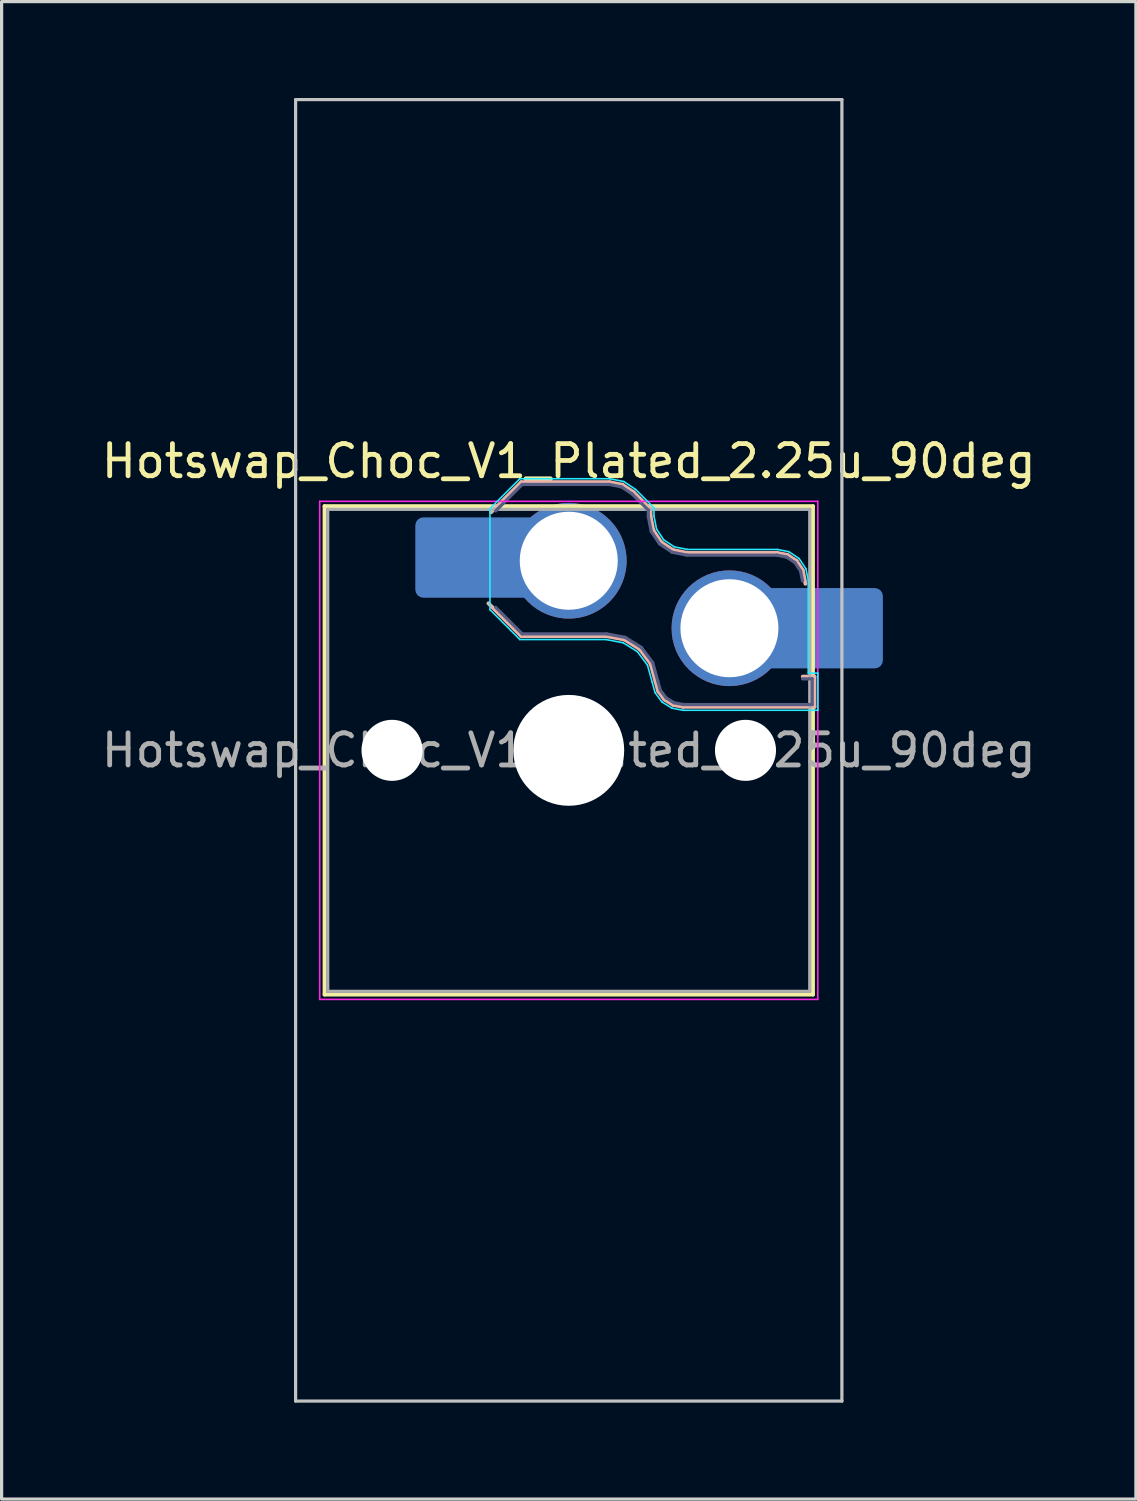
<source format=kicad_pcb>
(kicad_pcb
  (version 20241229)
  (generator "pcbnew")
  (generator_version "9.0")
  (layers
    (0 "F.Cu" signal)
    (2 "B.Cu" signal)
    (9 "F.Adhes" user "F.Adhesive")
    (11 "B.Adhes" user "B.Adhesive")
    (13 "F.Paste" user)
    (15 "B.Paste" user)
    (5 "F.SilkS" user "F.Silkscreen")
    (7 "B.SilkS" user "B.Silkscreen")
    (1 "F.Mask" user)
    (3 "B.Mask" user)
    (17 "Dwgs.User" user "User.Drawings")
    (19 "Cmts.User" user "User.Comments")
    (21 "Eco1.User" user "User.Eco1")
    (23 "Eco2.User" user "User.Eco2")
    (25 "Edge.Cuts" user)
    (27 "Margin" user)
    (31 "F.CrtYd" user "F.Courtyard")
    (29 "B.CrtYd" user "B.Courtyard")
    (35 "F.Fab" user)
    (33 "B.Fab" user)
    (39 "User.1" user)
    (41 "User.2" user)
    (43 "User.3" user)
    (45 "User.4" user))
  (footprint "Hotswap_Choc_V1_Plated_2.25u_90deg"
    (layer "F.Cu")
    (at 14.649 20.3)
    (property "Reference" "Hotswap_Choc_V1_Plated_2.25u_90deg" (at 0 -9 0) (layer "F.SilkS") (effects (font (size 1 1) (thickness 0.15))))
    (attr smd allow_soldermask_bridges)
    (fp_line (start -7.6 -7.6) (end -7.6 7.6) (stroke (width 0.12) (type solid)) (layer "F.SilkS"))
    (fp_line (start -7.6 7.6) (end 7.6 7.6) (stroke (width 0.12) (type solid)) (layer "F.SilkS"))
    (fp_line (start 7.6 -7.6) (end -7.6 -7.6) (stroke (width 0.12) (type solid)) (layer "F.SilkS"))
    (fp_line (start 7.6 7.6) (end 7.6 -7.6) (stroke (width 0.12) (type solid)) (layer "F.SilkS"))
    (fp_line (start -2.416 -7.409) (end -1.479 -8.346) (stroke (width 0.12) (type solid)) (layer "B.SilkS"))
    (fp_line (start -1.479 -8.346) (end 1.268 -8.346) (stroke (width 0.12) (type solid)) (layer "B.SilkS"))
    (fp_line (start -1.479 -3.554) (end -2.5 -4.575) (stroke (width 0.12) (type solid)) (layer "B.SilkS"))
    (fp_line (start 1.168 -3.554) (end -1.479 -3.554) (stroke (width 0.12) (type solid)) (layer "B.SilkS"))
    (fp_line (start 1.268 -8.346) (end 1.671 -8.266) (stroke (width 0.12) (type solid)) (layer "B.SilkS"))
    (fp_line (start 1.671 -8.266) (end 2.013 -8.037) (stroke (width 0.12) (type solid)) (layer "B.SilkS"))
    (fp_line (start 1.73 -3.449) (end 1.168 -3.554) (stroke (width 0.12) (type solid)) (layer "B.SilkS"))
    (fp_line (start 2.013 -8.037) (end 2.546 -7.504) (stroke (width 0.12) (type solid)) (layer "B.SilkS"))
    (fp_line (start 2.209 -3.15) (end 1.73 -3.449) (stroke (width 0.12) (type solid)) (layer "B.SilkS"))
    (fp_line (start 2.546 -7.504) (end 2.546 -7.282) (stroke (width 0.12) (type solid)) (layer "B.SilkS"))
    (fp_line (start 2.546 -7.282) (end 2.633 -6.844) (stroke (width 0.12) (type solid)) (layer "B.SilkS"))
    (fp_line (start 2.547 -2.697) (end 2.209 -3.15) (stroke (width 0.12) (type solid)) (layer "B.SilkS"))
    (fp_line (start 2.633 -6.844) (end 2.877 -6.477) (stroke (width 0.12) (type solid)) (layer "B.SilkS"))
    (fp_line (start 2.701 -2.139) (end 2.547 -2.697) (stroke (width 0.12) (type solid)) (layer "B.SilkS"))
    (fp_line (start 2.783 -1.841) (end 2.701 -2.139) (stroke (width 0.12) (type solid)) (layer "B.SilkS"))
    (fp_line (start 2.877 -6.477) (end 3.244 -6.233) (stroke (width 0.12) (type solid)) (layer "B.SilkS"))
    (fp_line (start 2.976 -1.583) (end 2.783 -1.841) (stroke (width 0.12) (type solid)) (layer "B.SilkS"))
    (fp_line (start 3.244 -6.233) (end 3.682 -6.146) (stroke (width 0.12) (type solid)) (layer "B.SilkS"))
    (fp_line (start 3.25 -1.413) (end 2.976 -1.583) (stroke (width 0.12) (type solid)) (layer "B.SilkS"))
    (fp_line (start 3.56 -1.354) (end 3.25 -1.413) (stroke (width 0.12) (type solid)) (layer "B.SilkS"))
    (fp_line (start 3.682 -6.146) (end 6.482 -6.146) (stroke (width 0.12) (type solid)) (layer "B.SilkS"))
    (fp_line (start 6.482 -6.146) (end 6.809 -6.081) (stroke (width 0.12) (type solid)) (layer "B.SilkS"))
    (fp_line (start 6.809 -6.081) (end 7.092 -5.892) (stroke (width 0.12) (type solid)) (layer "B.SilkS"))
    (fp_line (start 7.092 -5.892) (end 7.281 -5.609) (stroke (width 0.12) (type solid)) (layer "B.SilkS"))
    (fp_line (start 7.281 -5.609) (end 7.366 -5.182) (stroke (width 0.12) (type solid)) (layer "B.SilkS"))
    (fp_line (start 7.283 -2.296) (end 7.646 -2.296) (stroke (width 0.12) (type solid)) (layer "B.SilkS"))
    (fp_line (start 7.646 -2.296) (end 7.646 -1.354) (stroke (width 0.12) (type solid)) (layer "B.SilkS"))
    (fp_line (start 7.646 -1.354) (end 3.56 -1.354) (stroke (width 0.12) (type solid)) (layer "B.SilkS"))
    (fp_line (start -8.5 -20.25) (end 8.5 -20.25) (stroke (width 0.1) (type solid)) (layer "Dwgs.User"))
    (fp_line (start -8.5 20.25) (end -8.5 -20.25) (stroke (width 0.1) (type solid)) (layer "Dwgs.User"))
    (fp_line (start 8.5 -20.25) (end 8.5 20.25) (stroke (width 0.1) (type solid)) (layer "Dwgs.User"))
    (fp_line (start 8.5 20.25) (end -8.5 20.25) (stroke (width 0.1) (type solid)) (layer "Dwgs.User"))
    (fp_line (start -7.25 -7.25) (end -7.25 7.25) (stroke (width 0.1) (type solid)) (layer "Eco1.User"))
    (fp_line (start -7.25 7.25) (end 7.25 7.25) (stroke (width 0.1) (type solid)) (layer "Eco1.User"))
    (fp_line (start 7.25 -7.25) (end -7.25 -7.25) (stroke (width 0.1) (type solid)) (layer "Eco1.User"))
    (fp_line (start 7.25 7.25) (end 7.25 -7.25) (stroke (width 0.1) (type solid)) (layer "Eco1.User"))
    (fp_line (start -2.452 -7.523) (end -1.523 -8.452) (stroke (width 0.05) (type solid)) (layer "B.CrtYd"))
    (fp_line (start -2.452 -4.377) (end -2.452 -7.523) (stroke (width 0.05) (type solid)) (layer "B.CrtYd"))
    (fp_line (start -1.523 -8.452) (end 1.278 -8.452) (stroke (width 0.05) (type solid)) (layer "B.CrtYd"))
    (fp_line (start -1.523 -3.448) (end -2.452 -4.377) (stroke (width 0.05) (type solid)) (layer "B.CrtYd"))
    (fp_line (start 1.159 -3.448) (end -1.523 -3.448) (stroke (width 0.05) (type solid)) (layer "B.CrtYd"))
    (fp_line (start 1.278 -8.452) (end 1.712 -8.366) (stroke (width 0.05) (type solid)) (layer "B.CrtYd"))
    (fp_line (start 1.691 -3.348) (end 1.159 -3.448) (stroke (width 0.05) (type solid)) (layer "B.CrtYd"))
    (fp_line (start 1.712 -8.366) (end 2.081 -8.119) (stroke (width 0.05) (type solid)) (layer "B.CrtYd"))
    (fp_line (start 2.081 -8.119) (end 2.652 -7.548) (stroke (width 0.05) (type solid)) (layer "B.CrtYd"))
    (fp_line (start 2.136 -3.071) (end 1.691 -3.348) (stroke (width 0.05) (type solid)) (layer "B.CrtYd"))
    (fp_line (start 2.45 -2.65) (end 2.136 -3.071) (stroke (width 0.05) (type solid)) (layer "B.CrtYd"))
    (fp_line (start 2.599 -2.111) (end 2.45 -2.65) (stroke (width 0.05) (type solid)) (layer "B.CrtYd"))
    (fp_line (start 2.652 -7.548) (end 2.652 -7.292) (stroke (width 0.05) (type solid)) (layer "B.CrtYd"))
    (fp_line (start 2.652 -7.292) (end 2.733 -6.885) (stroke (width 0.05) (type solid)) (layer "B.CrtYd"))
    (fp_line (start 2.687 -1.794) (end 2.599 -2.111) (stroke (width 0.05) (type solid)) (layer "B.CrtYd"))
    (fp_line (start 2.733 -6.885) (end 2.953 -6.553) (stroke (width 0.05) (type solid)) (layer "B.CrtYd"))
    (fp_line (start 2.903 -1.503) (end 2.687 -1.794) (stroke (width 0.05) (type solid)) (layer "B.CrtYd"))
    (fp_line (start 2.953 -6.553) (end 3.285 -6.333) (stroke (width 0.05) (type solid)) (layer "B.CrtYd"))
    (fp_line (start 3.211 -1.312) (end 2.903 -1.503) (stroke (width 0.05) (type solid)) (layer "B.CrtYd"))
    (fp_line (start 3.285 -6.333) (end 3.692 -6.252) (stroke (width 0.05) (type solid)) (layer "B.CrtYd"))
    (fp_line (start 3.55 -1.248) (end 3.211 -1.312) (stroke (width 0.05) (type solid)) (layer "B.CrtYd"))
    (fp_line (start 3.692 -6.252) (end 6.492 -6.252) (stroke (width 0.05) (type solid)) (layer "B.CrtYd"))
    (fp_line (start 6.492 -6.252) (end 6.85 -6.181) (stroke (width 0.05) (type solid)) (layer "B.CrtYd"))
    (fp_line (start 6.85 -6.181) (end 7.168 -5.968) (stroke (width 0.05) (type solid)) (layer "B.CrtYd"))
    (fp_line (start 7.168 -5.968) (end 7.381 -5.65) (stroke (width 0.05) (type solid)) (layer "B.CrtYd"))
    (fp_line (start 7.381 -5.65) (end 7.452 -5.292) (stroke (width 0.05) (type solid)) (layer "B.CrtYd"))
    (fp_line (start 7.452 -5.292) (end 7.452 -2.402) (stroke (width 0.05) (type solid)) (layer "B.CrtYd"))
    (fp_line (start 7.452 -2.402) (end 7.752 -2.402) (stroke (width 0.05) (type solid)) (layer "B.CrtYd"))
    (fp_line (start 7.752 -2.402) (end 7.752 -1.248) (stroke (width 0.05) (type solid)) (layer "B.CrtYd"))
    (fp_line (start 7.752 -1.248) (end 3.55 -1.248) (stroke (width 0.05) (type solid)) (layer "B.CrtYd"))
    (fp_line (start -7.75 -7.75) (end -7.75 7.75) (stroke (width 0.05) (type solid)) (layer "F.CrtYd"))
    (fp_line (start -7.75 7.75) (end 7.75 7.75) (stroke (width 0.05) (type solid)) (layer "F.CrtYd"))
    (fp_line (start 7.75 -7.75) (end -7.75 -7.75) (stroke (width 0.05) (type solid)) (layer "F.CrtYd"))
    (fp_line (start 7.75 7.75) (end 7.75 -7.75) (stroke (width 0.05) (type solid)) (layer "F.CrtYd"))
    (fp_line (start -2.275 -7.45) (end -1.45 -8.275) (stroke (width 0.1) (type solid)) (layer "B.Fab"))
    (fp_line (start -1.45 -8.275) (end 1.261 -8.275) (stroke (width 0.1) (type solid)) (layer "B.Fab"))
    (fp_line (start -1.45 -3.625) (end -2.275 -4.45) (stroke (width 0.1) (type solid)) (layer "B.Fab"))
    (fp_line (start 1.175 -3.625) (end -1.45 -3.625) (stroke (width 0.1) (type solid)) (layer "B.Fab"))
    (fp_line (start 1.261 -8.275) (end 1.643 -8.199) (stroke (width 0.1) (type solid)) (layer "B.Fab"))
    (fp_line (start 1.643 -8.199) (end 1.968 -7.982) (stroke (width 0.1) (type solid)) (layer "B.Fab"))
    (fp_line (start 1.756 -3.516) (end 1.175 -3.625) (stroke (width 0.1) (type solid)) (layer "B.Fab"))
    (fp_line (start 1.968 -7.982) (end 2.475 -7.475) (stroke (width 0.1) (type solid)) (layer "B.Fab"))
    (fp_line (start 2.258 -3.203) (end 1.756 -3.516) (stroke (width 0.1) (type solid)) (layer "B.Fab"))
    (fp_line (start 2.475 -7.475) (end 2.475 -7.275) (stroke (width 0.1) (type solid)) (layer "B.Fab"))
    (fp_line (start 2.475 -7.275) (end 2.566 -6.816) (stroke (width 0.1) (type solid)) (layer "B.Fab"))
    (fp_line (start 2.566 -6.816) (end 2.826 -6.426) (stroke (width 0.1) (type solid)) (layer "B.Fab"))
    (fp_line (start 2.612 -2.729) (end 2.258 -3.203) (stroke (width 0.1) (type solid)) (layer "B.Fab"))
    (fp_line (start 2.769 -2.158) (end 2.612 -2.729) (stroke (width 0.1) (type solid)) (layer "B.Fab"))
    (fp_line (start 2.826 -6.426) (end 3.216 -6.166) (stroke (width 0.1) (type solid)) (layer "B.Fab"))
    (fp_line (start 2.848 -1.873) (end 2.769 -2.158) (stroke (width 0.1) (type solid)) (layer "B.Fab"))
    (fp_line (start 3.025 -1.636) (end 2.848 -1.873) (stroke (width 0.1) (type solid)) (layer "B.Fab"))
    (fp_line (start 3.216 -6.166) (end 3.675 -6.075) (stroke (width 0.1) (type solid)) (layer "B.Fab"))
    (fp_line (start 3.276 -1.48) (end 3.025 -1.636) (stroke (width 0.1) (type solid)) (layer "B.Fab"))
    (fp_line (start 3.567 -1.425) (end 3.276 -1.48) (stroke (width 0.1) (type solid)) (layer "B.Fab"))
    (fp_line (start 3.675 -6.075) (end 6.475 -6.075) (stroke (width 0.1) (type solid)) (layer "B.Fab"))
    (fp_line (start 6.475 -6.075) (end 6.781 -6.014) (stroke (width 0.1) (type solid)) (layer "B.Fab"))
    (fp_line (start 6.781 -6.014) (end 7.041 -5.841) (stroke (width 0.1) (type solid)) (layer "B.Fab"))
    (fp_line (start 7.041 -5.841) (end 7.214 -5.581) (stroke (width 0.1) (type solid)) (layer "B.Fab"))
    (fp_line (start 7.214 -5.581) (end 7.275 -5.275) (stroke (width 0.1) (type solid)) (layer "B.Fab"))
    (fp_line (start 7.275 -2.225) (end 7.575 -2.225) (stroke (width 0.1) (type solid)) (layer "B.Fab"))
    (fp_line (start 7.575 -2.225) (end 7.575 -1.425) (stroke (width 0.1) (type solid)) (layer "B.Fab"))
    (fp_line (start 7.575 -1.425) (end 3.567 -1.425) (stroke (width 0.1) (type solid)) (layer "B.Fab"))
    (fp_line (start -7.5 -7.5) (end -7.5 7.5) (stroke (width 0.1) (type solid)) (layer "F.Fab"))
    (fp_line (start -7.5 7.5) (end 7.5 7.5) (stroke (width 0.1) (type solid)) (layer "F.Fab"))
    (fp_line (start 7.5 -7.5) (end -7.5 -7.5) (stroke (width 0.1) (type solid)) (layer "F.Fab"))
    (fp_line (start 7.5 7.5) (end 7.5 -7.5) (stroke (width 0.1) (type solid)) (layer "F.Fab"))
    (fp_text user "${REFERENCE}" (at 0 0 0) (layer "F.Fab") (effects (font (size 1 1) (thickness 0.15))))
    (pad "" np_thru_hole circle (at -5.5 0) (size 1.9 1.9) (drill 1.9) (layers "*.Cu" "*.Mask"))
    (pad "" smd roundrect (at -3.5 -6) (size 2.55 2.5) (layers "B.Mask" "B.Paste") (roundrect_rratio 0.1))
    (pad "" np_thru_hole circle (at 0 0) (size 3.45 3.45) (drill 3.45) (layers "*.Cu" "*.Mask"))
    (pad "" np_thru_hole circle (at 5.5 0) (size 1.9 1.9) (drill 1.9) (layers "*.Cu" "*.Mask"))
    (pad "" smd roundrect (at 8.5 -3.8) (size 2.55 2.5) (layers "B.Mask" "B.Paste") (roundrect_rratio 0.1))
    (pad "1" smd roundrect (at -2.85 -6) (size 3.85 2.5) (layers "B.Cu") (roundrect_rratio 0.1))
    (pad "1" thru_hole circle (at 0 -5.9) (size 3.6 3.6) (drill 3.05) (layers "*.Cu" "*.Mask"))
    (pad "2" thru_hole circle (at 5 -3.8) (size 3.6 3.6) (drill 3.05) (layers "*.Cu" "*.Mask"))
    (pad "2" smd roundrect (at 7.85 -3.8) (size 3.85 2.5) (layers "B.Cu") (roundrect_rratio 0.1)))
  (gr_rect
    (start -3 -3)
    (end 32.298 43.6)
    (stroke (width 0.1) (type default))
    (fill no)
    (layer "Edge.Cuts")))
</source>
